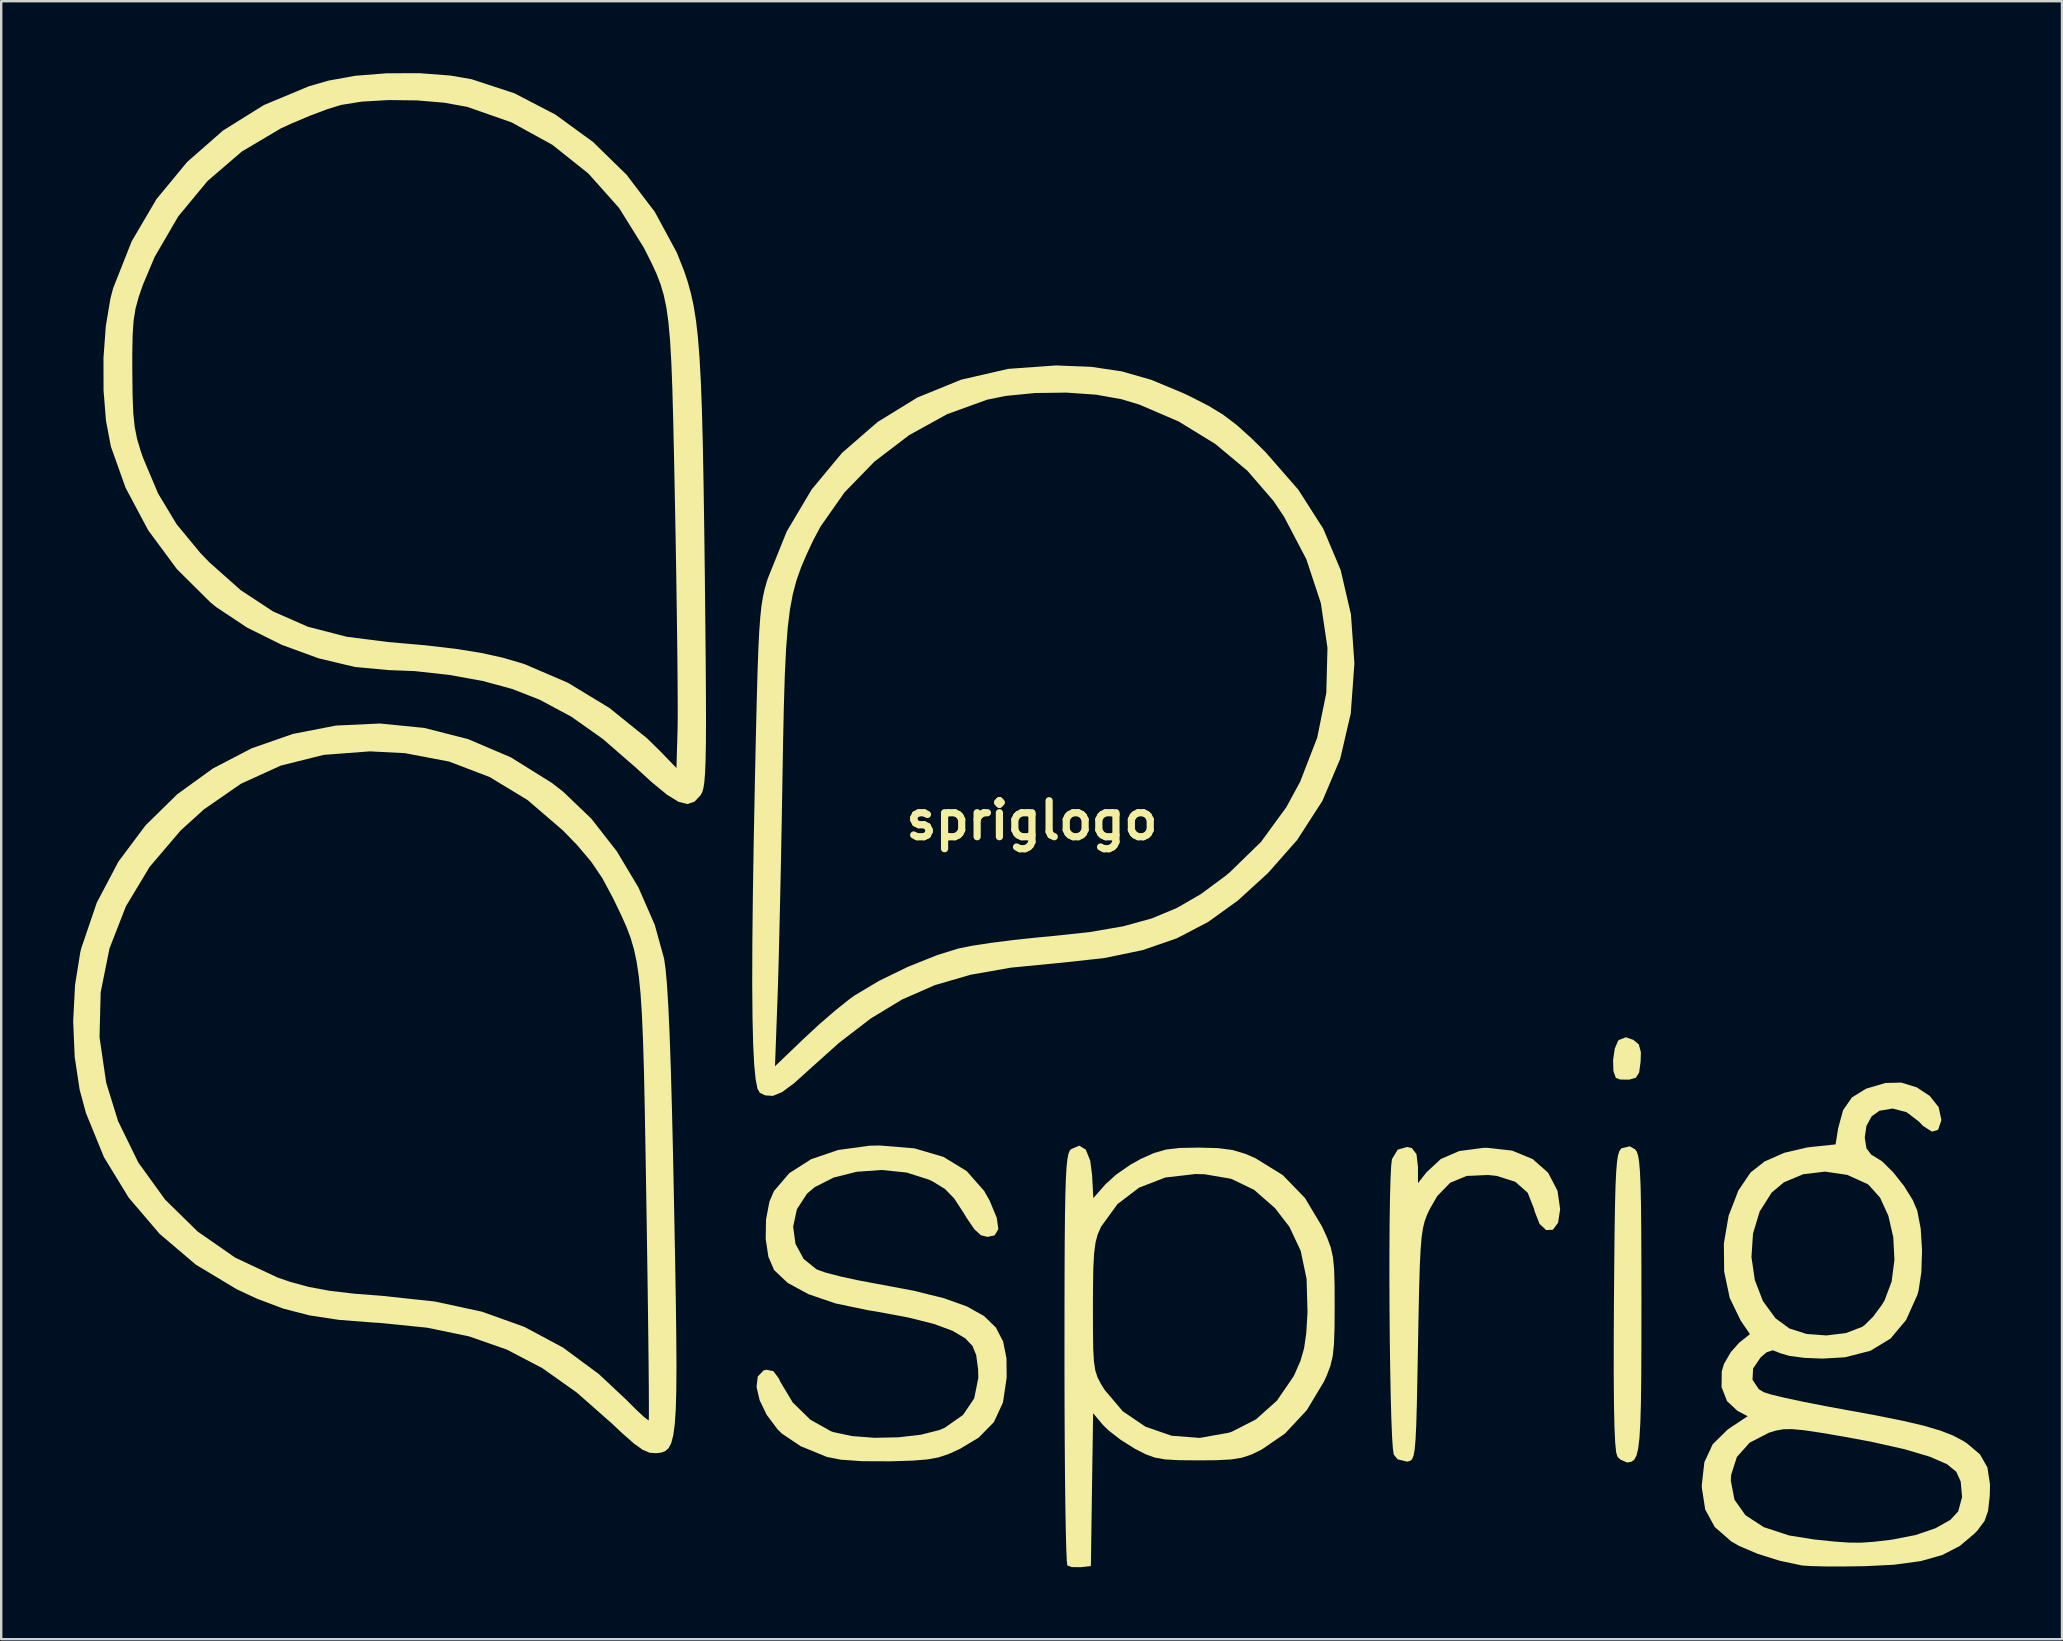
<source format=kicad_pcb>
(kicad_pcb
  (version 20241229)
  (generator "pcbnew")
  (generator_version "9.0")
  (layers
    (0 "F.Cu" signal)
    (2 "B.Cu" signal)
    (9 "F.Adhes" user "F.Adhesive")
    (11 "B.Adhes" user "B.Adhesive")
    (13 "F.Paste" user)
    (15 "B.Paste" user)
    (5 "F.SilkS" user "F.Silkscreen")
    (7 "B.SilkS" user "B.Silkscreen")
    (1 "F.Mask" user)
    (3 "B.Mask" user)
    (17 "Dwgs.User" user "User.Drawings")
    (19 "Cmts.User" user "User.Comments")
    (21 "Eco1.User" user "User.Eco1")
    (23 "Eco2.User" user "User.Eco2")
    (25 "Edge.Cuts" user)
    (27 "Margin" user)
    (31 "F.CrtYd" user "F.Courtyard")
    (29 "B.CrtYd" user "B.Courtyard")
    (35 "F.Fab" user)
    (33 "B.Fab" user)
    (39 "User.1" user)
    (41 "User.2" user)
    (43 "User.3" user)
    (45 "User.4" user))
  (footprint "spriglogo"
    (layer "F.Cu")
    (at 39.959 31.143)
    (property "Reference" "spriglogo" (at 0 0 0) (layer "F.SilkS") (effects (font (size 1.5 1.5) (thickness 0.3))))
    (attr board_only exclude_from_pos_files exclude_from_bom)
    (fp_poly (pts (xy 25.06 9.143) (xy 25.292 9.337) (xy 25.377 9.655) (xy 25.367 10.044) (xy 25.306 10.502) (xy 25.17 10.721) (xy 24.896 10.802) (xy 24.886 10.803) (xy 24.516 10.798) (xy 24.335 10.732) (xy 24.231 10.442) (xy 24.219 9.984) (xy 24.288 9.514) (xy 24.426 9.186) (xy 24.458 9.153) (xy 24.751 9.037)) (stroke (width 0) (type solid)) (fill yes) (layer "F.SilkS"))
    (fp_poly (pts (xy 25.132 13.704) (xy 25.202 13.795) (xy 25.26 13.961) (xy 25.305 14.233) (xy 25.339 14.646) (xy 25.365 15.231) (xy 25.382 16.021) (xy 25.393 17.048) (xy 25.398 18.345) (xy 25.4 19.945) (xy 25.4 20.138) (xy 25.399 21.81) (xy 25.393 23.174) (xy 25.379 24.262) (xy 25.355 25.105) (xy 25.318 25.734) (xy 25.265 26.179) (xy 25.193 26.473) (xy 25.099 26.646) (xy 24.98 26.729) (xy 24.835 26.754) (xy 24.794 26.755) (xy 24.523 26.637) (xy 24.403 26.523) (xy 24.348 26.339) (xy 24.306 25.921) (xy 24.275 25.25) (xy 24.255 24.309) (xy 24.246 23.081) (xy 24.247 21.546) (xy 24.255 20.065) (xy 24.268 18.435) (xy 24.282 17.112) (xy 24.299 16.062) (xy 24.32 15.253) (xy 24.348 14.653) (xy 24.383 14.228) (xy 24.428 13.946) (xy 24.484 13.774) (xy 24.553 13.681) (xy 24.581 13.66) (xy 24.914 13.582)) (stroke (width 0) (type solid)) (fill yes) (layer "F.SilkS"))
    (fp_poly (pts (xy 15.833 13.655) (xy 16.025 13.908) (xy 16.087 14.434) (xy 16.087 15.116) (xy 16.44 14.667) (xy 17.038 14.111) (xy 17.806 13.779) (xy 18.799 13.647) (xy 18.965 13.643) (xy 20.009 13.76) (xy 20.869 14.115) (xy 21.511 14.682) (xy 21.902 15.433) (xy 22.013 16.202) (xy 21.926 16.767) (xy 21.71 17.058) (xy 21.43 17.073) (xy 21.153 16.814) (xy 20.946 16.281) (xy 20.928 16.192) (xy 20.66 15.516) (xy 20.144 15.06) (xy 19.37 14.815) (xy 19.005 14.776) (xy 18.116 14.817) (xy 17.433 15.098) (xy 16.892 15.653) (xy 16.578 16.197) (xy 16.46 16.45) (xy 16.367 16.701) (xy 16.295 16.995) (xy 16.239 17.374) (xy 16.197 17.882) (xy 16.164 18.562) (xy 16.137 19.456) (xy 16.112 20.609) (xy 16.089 21.844) (xy 16.063 23.247) (xy 16.04 24.348) (xy 16.016 25.184) (xy 15.987 25.793) (xy 15.95 26.211) (xy 15.902 26.476) (xy 15.84 26.624) (xy 15.759 26.693) (xy 15.656 26.719) (xy 15.632 26.723) (xy 15.242 26.628) (xy 15.082 26.437) (xy 15.043 26.199) (xy 15.007 25.67) (xy 14.976 24.898) (xy 14.95 23.931) (xy 14.929 22.817) (xy 14.912 21.604) (xy 14.902 20.341) (xy 14.897 19.074) (xy 14.899 17.853) (xy 14.906 16.724) (xy 14.921 15.736) (xy 14.943 14.937) (xy 14.972 14.374) (xy 15.005 14.109) (xy 15.244 13.72) (xy 15.636 13.608)) (stroke (width 0) (type solid)) (fill yes) (layer "F.SilkS"))
    (fp_poly (pts (xy -4.902 13.666) (xy -3.691 14.022) (xy -2.72 14.615) (xy -1.991 15.443) (xy -1.765 15.844) (xy -1.469 16.556) (xy -1.4 17.034) (xy -1.559 17.294) (xy -1.854 17.357) (xy -2.127 17.287) (xy -2.4 17.04) (xy -2.73 16.555) (xy -2.842 16.368) (xy -3.236 15.762) (xy -3.624 15.361) (xy -4.122 15.054) (xy -4.292 14.972) (xy -5.223 14.675) (xy -6.256 14.568) (xy -7.299 14.641) (xy -8.263 14.883) (xy -9.058 15.285) (xy -9.376 15.556) (xy -9.797 16.203) (xy -9.953 16.929) (xy -9.856 17.647) (xy -9.516 18.275) (xy -8.976 18.711) (xy -8.611 18.842) (xy -8 19.002) (xy -7.231 19.169) (xy -6.481 19.309) (xy -4.926 19.601) (xy -3.681 19.909) (xy -2.715 20.253) (xy -1.999 20.654) (xy -1.505 21.134) (xy -1.203 21.713) (xy -1.063 22.413) (xy -1.054 23.217) (xy -1.209 24.259) (xy -1.586 25.075) (xy -2.223 25.724) (xy -2.997 26.188) (xy -3.465 26.402) (xy -3.89 26.545) (xy -4.364 26.632) (xy -4.981 26.681) (xy -5.835 26.708) (xy -5.927 26.71) (xy -7.077 26.705) (xy -7.968 26.642) (xy -8.551 26.526) (xy -9.647 26.077) (xy -10.429 25.549) (xy -10.606 25.374) (xy -11.055 24.773) (xy -11.35 24.164) (xy -11.479 23.609) (xy -11.428 23.175) (xy -11.188 22.924) (xy -11.073 22.894) (xy -10.777 22.951) (xy -10.545 23.266) (xy -10.485 23.4) (xy -9.97 24.259) (xy -9.235 24.976) (xy -8.377 25.456) (xy -8.279 25.491) (xy -7.503 25.658) (xy -6.559 25.73) (xy -5.562 25.709) (xy -4.624 25.6) (xy -3.861 25.407) (xy -3.643 25.315) (xy -2.875 24.779) (xy -2.407 24.087) (xy -2.235 23.23) (xy -2.245 22.873) (xy -2.325 22.279) (xy -2.483 21.895) (xy -2.772 21.594) (xy -2.794 21.576) (xy -3.317 21.267) (xy -4.087 20.984) (xy -5.132 20.721) (xy -6.481 20.469) (xy -6.858 20.408) (xy -8.195 20.127) (xy -9.315 19.744) (xy -10.179 19.275) (xy -10.745 18.741) (xy -10.985 18.186) (xy -11.098 17.442) (xy -11.084 16.634) (xy -10.942 15.888) (xy -10.754 15.448) (xy -10.111 14.698) (xy -9.207 14.121) (xy -8.082 13.735) (xy -6.775 13.557) (xy -6.35 13.547)) (stroke (width 0) (type solid)) (fill yes) (layer "F.SilkS"))
    (fp_poly (pts (xy 2.243 13.719) (xy 2.429 14.181) (xy 2.506 14.788) (xy 2.557 15.741) (xy 3.068 15.159) (xy 3.511 14.758) (xy 4.111 14.343) (xy 4.541 14.104) (xy 5.092 13.859) (xy 5.589 13.716) (xy 6.164 13.65) (xy 6.943 13.635) (xy 7.754 13.657) (xy 8.361 13.736) (xy 8.895 13.896) (xy 9.313 14.077) (xy 10.453 14.782) (xy 11.375 15.733) (xy 12.088 16.922) (xy 12.305 17.397) (xy 12.453 17.796) (xy 12.544 18.204) (xy 12.593 18.705) (xy 12.612 19.382) (xy 12.615 20.235) (xy 12.61 21.164) (xy 12.586 21.835) (xy 12.533 22.331) (xy 12.437 22.734) (xy 12.289 23.125) (xy 12.169 23.388) (xy 11.455 24.576) (xy 10.542 25.555) (xy 9.578 26.217) (xy 9.151 26.425) (xy 8.756 26.558) (xy 8.299 26.632) (xy 7.682 26.664) (xy 6.943 26.67) (xy 6.122 26.663) (xy 5.545 26.63) (xy 5.114 26.553) (xy 4.733 26.414) (xy 4.307 26.195) (xy 4.262 26.17) (xy 3.692 25.81) (xy 3.187 25.419) (xy 2.953 25.188) (xy 2.548 24.706) (xy 2.501 27.889) (xy 2.455 31.073) (xy 2.026 31.123) (xy 1.656 31.118) (xy 1.475 31.052) (xy 1.452 30.864) (xy 1.43 30.37) (xy 1.41 29.602) (xy 1.392 28.594) (xy 1.377 27.377) (xy 1.366 25.985) (xy 1.358 24.449) (xy 1.355 22.803) (xy 1.355 22.429) (xy 1.356 20.495) (xy 1.356 20.28) (xy 2.54 20.28) (xy 2.542 21.29) (xy 2.553 22.024) (xy 2.582 22.547) (xy 2.639 22.921) (xy 2.732 23.21) (xy 2.87 23.477) (xy 3.028 23.732) (xy 3.784 24.625) (xy 4.733 25.268) (xy 5.82 25.644) (xy 6.992 25.734) (xy 8.194 25.52) (xy 8.332 25.475) (xy 9.335 24.963) (xy 10.211 24.179) (xy 10.893 23.184) (xy 10.95 23.073) (xy 11.19 22.523) (xy 11.343 21.991) (xy 11.433 21.36) (xy 11.483 20.511) (xy 11.484 20.495) (xy 11.445 19.106) (xy 11.2 17.94) (xy 10.729 16.936) (xy 10.129 16.158) (xy 9.26 15.397) (xy 8.302 14.935) (xy 7.187 14.745) (xy 6.818 14.736) (xy 5.555 14.882) (xy 4.464 15.304) (xy 3.567 15.987) (xy 2.891 16.916) (xy 2.863 16.969) (xy 2.738 17.256) (xy 2.649 17.59) (xy 2.591 18.033) (xy 2.557 18.648) (xy 2.543 19.495) (xy 2.54 20.28) (xy 1.356 20.28) (xy 1.359 18.872) (xy 1.365 17.532) (xy 1.376 16.448) (xy 1.392 15.592) (xy 1.413 14.936) (xy 1.441 14.453) (xy 1.477 14.115) (xy 1.521 13.894) (xy 1.574 13.763) (xy 1.623 13.704) (xy 1.97 13.554)) (stroke (width 0) (type solid)) (fill yes) (layer "F.SilkS"))
    (fp_poly (pts (xy -25.326 -3.855) (xy -23.498 -3.388) (xy -21.72 -2.63) (xy -20.021 -1.571) (xy -19.535 -1.195) (xy -18.363 -0.071) (xy -17.302 1.287) (xy -16.403 2.791) (xy -15.721 4.351) (xy -15.331 5.763) (xy -15.268 6.21) (xy -15.21 6.873) (xy -15.154 7.771) (xy -15.102 8.921) (xy -15.052 10.341) (xy -15.004 12.048) (xy -14.956 14.062) (xy -14.916 16.044) (xy -14.875 18.162) (xy -14.844 19.966) (xy -14.824 21.482) (xy -14.816 22.736) (xy -14.823 23.752) (xy -14.846 24.556) (xy -14.888 25.173) (xy -14.95 25.628) (xy -15.033 25.948) (xy -15.14 26.156) (xy -15.273 26.279) (xy -15.433 26.341) (xy -15.623 26.368) (xy -15.663 26.372) (xy -15.932 26.354) (xy -16.223 26.231) (xy -16.595 25.964) (xy -17.105 25.514) (xy -17.506 25.135) (xy -18.974 23.842) (xy -20.412 22.824) (xy -21.887 22.053) (xy -23.465 21.501) (xy -25.214 21.14) (xy -27.202 20.94) (xy -27.432 20.927) (xy -28.882 20.815) (xy -30.104 20.63) (xy -31.205 20.345) (xy -32.292 19.935) (xy -33.14 19.541) (xy -34.847 18.514) (xy -36.358 17.229) (xy -37.644 15.723) (xy -38.677 14.033) (xy -39.427 12.195) (xy -39.688 11.227) (xy -39.895 9.866) (xy -39.931 9.034) (xy -38.861 9.034) (xy -38.584 10.929) (xy -38.089 12.529) (xy -37.243 14.26) (xy -36.127 15.804) (xy -34.77 17.134) (xy -33.201 18.225) (xy -31.448 19.047) (xy -30.92 19.229) (xy -30.141 19.442) (xy -29.278 19.602) (xy -28.243 19.724) (xy -27.108 19.811) (xy -24.892 20.049) (xy -22.923 20.474) (xy -21.158 21.106) (xy -19.552 21.965) (xy -18.058 23.068) (xy -16.943 24.111) (xy -16.504 24.548) (xy -16.165 24.864) (xy -15.985 25.003) (xy -15.972 25.004) (xy -15.966 24.83) (xy -15.965 24.349) (xy -15.969 23.591) (xy -15.978 22.588) (xy -15.992 21.371) (xy -16.01 19.97) (xy -16.032 18.418) (xy -16.057 16.744) (xy -16.072 15.821) (xy -16.107 13.725) (xy -16.139 11.936) (xy -16.172 10.423) (xy -16.21 9.153) (xy -16.256 8.096) (xy -16.313 7.22) (xy -16.386 6.493) (xy -16.477 5.884) (xy -16.59 5.361) (xy -16.728 4.893) (xy -16.896 4.448) (xy -17.097 3.995) (xy -17.333 3.501) (xy -17.471 3.219) (xy -17.902 2.413) (xy -18.369 1.721) (xy -18.956 1.028) (xy -19.544 0.421) (xy -21.025 -0.852) (xy -22.597 -1.806) (xy -24.289 -2.453) (xy -26.127 -2.803) (xy -27.589 -2.879) (xy -29.522 -2.732) (xy -31.306 -2.286) (xy -32.962 -1.532) (xy -34.51 -0.462) (xy -35.481 0.419) (xy -36.772 1.934) (xy -37.762 3.58) (xy -38.445 5.332) (xy -38.813 7.159) (xy -38.861 9.034) (xy -39.931 9.034) (xy -39.959 8.361) (xy -39.881 6.855) (xy -39.663 5.495) (xy -39.623 5.329) (xy -38.974 3.425) (xy -38.072 1.714) (xy -36.944 0.206) (xy -35.623 -1.091) (xy -34.139 -2.164) (xy -32.521 -3.006) (xy -30.8 -3.606) (xy -29.007 -3.954) (xy -27.172 -4.04)) (stroke (width 0) (type solid)) (fill yes) (layer "F.SilkS"))
    (fp_poly (pts (xy 2.466 -18.905) (xy 3.748 -18.714) (xy 4.98 -18.36) (xy 6.296 -17.812) (xy 6.599 -17.668) (xy 7.354 -17.282) (xy 7.968 -16.909) (xy 8.537 -16.477) (xy 9.158 -15.917) (xy 9.738 -15.345) (xy 11.1 -13.785) (xy 12.139 -12.159) (xy 12.865 -10.436) (xy 13.294 -8.586) (xy 13.436 -6.579) (xy 13.436 -6.519) (xy 13.287 -4.462) (xy 12.846 -2.567) (xy 12.104 -0.815) (xy 11.051 0.816) (xy 9.828 2.201) (xy 8.582 3.337) (xy 7.343 4.23) (xy 6.045 4.909) (xy 4.624 5.402) (xy 3.014 5.736) (xy 1.149 5.94) (xy 1.044 5.948) (xy -0.892 6.137) (xy -2.567 6.433) (xy -4.05 6.865) (xy -5.411 7.461) (xy -6.718 8.253) (xy -8.04 9.269) (xy -9.262 10.364) (xy -9.922 10.959) (xy -10.415 11.322) (xy -10.797 11.48) (xy -11.121 11.459) (xy -11.345 11.349) (xy -11.439 11.181) (xy -11.516 10.796) (xy -11.57 10.245) (xy -10.71 10.245) (xy -9.461 9.048) (xy -8.825 8.462) (xy -8.171 7.899) (xy -7.604 7.446) (xy -7.396 7.296) (xy -6.376 6.687) (xy -5.175 6.102) (xy -3.95 5.612) (xy -3.071 5.339) (xy -2.519 5.227) (xy -1.719 5.104) (xy -0.761 4.982) (xy 0.266 4.873) (xy 0.747 4.83) (xy 2.407 4.653) (xy 3.798 4.413) (xy 4.989 4.085) (xy 6.046 3.645) (xy 7.038 3.07) (xy 8.033 2.335) (xy 8.239 2.166) (xy 9.544 0.896) (xy 10.601 -0.552) (xy 11.175 -1.609) (xy 11.887 -3.447) (xy 12.267 -5.316) (xy 12.316 -7.194) (xy 12.039 -9.059) (xy 11.435 -10.887) (xy 10.508 -12.655) (xy 10.066 -13.315) (xy 8.98 -14.572) (xy 7.639 -15.692) (xy 6.114 -16.627) (xy 4.477 -17.33) (xy 3.725 -17.557) (xy 2.668 -17.745) (xy 1.422 -17.831) (xy 0.125 -17.813) (xy -1.089 -17.693) (xy -1.863 -17.537) (xy -3.534 -16.933) (xy -5.121 -16.057) (xy -6.567 -14.954) (xy -7.816 -13.669) (xy -8.812 -12.249) (xy -9.117 -11.674) (xy -9.395 -11.082) (xy -9.627 -10.537) (xy -9.816 -10) (xy -9.967 -9.433) (xy -10.086 -8.794) (xy -10.178 -8.046) (xy -10.248 -7.147) (xy -10.301 -6.06) (xy -10.341 -4.744) (xy -10.375 -3.16) (xy -10.4 -1.693) (xy -10.427 -0.113) (xy -10.457 1.488) (xy -10.49 3.045) (xy -10.523 4.498) (xy -10.555 5.784) (xy -10.585 6.84) (xy -10.606 7.451) (xy -10.71 10.245) (xy -11.57 10.245) (xy -11.576 10.181) (xy -11.62 9.323) (xy -11.647 8.208) (xy -11.659 6.822) (xy -11.654 5.152) (xy -11.633 3.185) (xy -11.597 0.907) (xy -11.546 -1.695) (xy -11.544 -1.778) (xy -11.506 -3.531) (xy -11.471 -4.981) (xy -11.438 -6.164) (xy -11.404 -7.115) (xy -11.367 -7.869) (xy -11.324 -8.463) (xy -11.274 -8.931) (xy -11.214 -9.31) (xy -11.142 -9.635) (xy -11.055 -9.941) (xy -11.013 -10.075) (xy -10.221 -12.043) (xy -9.179 -13.798) (xy -7.91 -15.324) (xy -6.435 -16.605) (xy -4.775 -17.626) (xy -2.953 -18.369) (xy -0.989 -18.82) (xy 1.001 -18.963)) (stroke (width 0) (type solid)) (fill yes) (layer "F.SilkS"))
    (fp_poly (pts (xy -24.233 -31.044) (xy -23.368 -30.895) (xy -21.571 -30.306) (xy -19.865 -29.42) (xy -18.293 -28.275) (xy -16.897 -26.911) (xy -15.72 -25.364) (xy -14.805 -23.673) (xy -14.503 -22.914) (xy -14.347 -22.447) (xy -14.214 -21.967) (xy -14.1 -21.443) (xy -14.004 -20.846) (xy -13.923 -20.146) (xy -13.857 -19.312) (xy -13.802 -18.315) (xy -13.756 -17.126) (xy -13.719 -15.713) (xy -13.687 -14.047) (xy -13.658 -12.099) (xy -13.634 -10.16) (xy -13.613 -8.199) (xy -13.597 -6.549) (xy -13.588 -5.181) (xy -13.585 -4.068) (xy -13.59 -3.182) (xy -13.603 -2.495) (xy -13.624 -1.978) (xy -13.654 -1.604) (xy -13.694 -1.345) (xy -13.743 -1.173) (xy -13.804 -1.06) (xy -13.804 -1.058) (xy -14.063 -0.783) (xy -14.359 -0.683) (xy -14.732 -0.776) (xy -15.219 -1.078) (xy -15.859 -1.605) (xy -16.499 -2.191) (xy -17.879 -3.391) (xy -19.196 -4.323) (xy -20.519 -5.032) (xy -21.675 -5.483) (xy -22.891 -5.812) (xy -24.294 -6.066) (xy -25.732 -6.224) (xy -26.801 -6.265) (xy -28.212 -6.394) (xy -29.732 -6.757) (xy -31.265 -7.318) (xy -32.716 -8.039) (xy -33.99 -8.886) (xy -34.243 -9.091) (xy -35.638 -10.476) (xy -36.831 -12.091) (xy -37.775 -13.864) (xy -38.388 -15.584) (xy -38.592 -16.658) (xy -38.694 -17.93) (xy -38.696 -19.283) (xy -38.684 -19.445) (xy -37.496 -19.445) (xy -37.495 -18.711) (xy -37.484 -17.717) (xy -37.454 -16.975) (xy -37.395 -16.397) (xy -37.295 -15.897) (xy -37.143 -15.389) (xy -37.042 -15.099) (xy -36.42 -13.626) (xy -35.65 -12.347) (xy -34.653 -11.139) (xy -34.284 -10.758) (xy -32.975 -9.595) (xy -31.627 -8.709) (xy -30.176 -8.072) (xy -28.555 -7.654) (xy -26.84 -7.436) (xy -25.296 -7.301) (xy -24.027 -7.153) (xy -22.968 -6.984) (xy -22.056 -6.783) (xy -21.226 -6.539) (xy -21.134 -6.508) (xy -19.341 -5.738) (xy -17.611 -4.688) (xy -16.033 -3.415) (xy -15.494 -2.886) (xy -14.817 -2.184) (xy -14.771 -3.759) (xy -14.764 -4.258) (xy -14.765 -5.053) (xy -14.772 -6.101) (xy -14.785 -7.358) (xy -14.804 -8.782) (xy -14.827 -10.329) (xy -14.855 -11.956) (xy -14.877 -13.123) (xy -14.915 -15.041) (xy -14.951 -16.654) (xy -14.988 -17.998) (xy -15.031 -19.108) (xy -15.084 -20.018) (xy -15.151 -20.762) (xy -15.237 -21.376) (xy -15.346 -21.894) (xy -15.481 -22.351) (xy -15.647 -22.781) (xy -15.849 -23.219) (xy -16.09 -23.7) (xy -16.18 -23.876) (xy -17.21 -25.528) (xy -18.489 -26.963) (xy -19.99 -28.158) (xy -21.686 -29.091) (xy -23.537 -29.739) (xy -24.487 -29.912) (xy -25.624 -30.008) (xy -26.817 -30.023) (xy -27.935 -29.957) (xy -28.787 -29.821) (xy -29.353 -29.648) (xy -30.099 -29.368) (xy -30.905 -29.026) (xy -31.312 -28.838) (xy -32.93 -27.878) (xy -34.36 -26.649) (xy -35.579 -25.176) (xy -36.564 -23.485) (xy -37.053 -22.324) (xy -37.237 -21.79) (xy -37.363 -21.321) (xy -37.441 -20.83) (xy -37.482 -20.233) (xy -37.496 -19.445) (xy -38.684 -19.445) (xy -38.6 -20.599) (xy -38.406 -21.758) (xy -38.293 -22.183) (xy -37.521 -24.136) (xy -36.486 -25.897) (xy -35.208 -27.444) (xy -33.709 -28.757) (xy -32.01 -29.815) (xy -30.134 -30.598) (xy -29.33 -30.831) (xy -28.203 -31.035) (xy -26.888 -31.139) (xy -25.52 -31.143)) (stroke (width 0) (type solid)) (fill yes) (layer "F.SilkS"))
    (fp_poly (pts (xy 36.874 11.124) (xy 37.419 11.483) (xy 37.787 11.95) (xy 37.9 12.471) (xy 37.896 12.508) (xy 37.765 12.894) (xy 37.509 12.97) (xy 37.142 12.736) (xy 36.959 12.546) (xy 36.45 12.159) (xy 35.869 12.007) (xy 35.319 12.1) (xy 34.994 12.332) (xy 34.777 12.735) (xy 34.707 13.219) (xy 34.778 13.663) (xy 34.987 13.942) (xy 35.046 13.968) (xy 35.432 14.209) (xy 35.889 14.66) (xy 36.339 15.228) (xy 36.707 15.818) (xy 36.895 16.259) (xy 37.039 17.009) (xy 37.096 17.913) (xy 37.067 18.825) (xy 36.95 19.598) (xy 36.899 19.777) (xy 36.43 20.82) (xy 35.786 21.591) (xy 34.944 22.103) (xy 33.881 22.375) (xy 32.935 22.429) (xy 32.195 22.398) (xy 31.579 22.319) (xy 31.192 22.208) (xy 31.184 22.203) (xy 30.876 22.082) (xy 30.618 22.165) (xy 30.372 22.374) (xy 30.054 22.841) (xy 30.029 23.311) (xy 30.291 23.702) (xy 30.49 23.826) (xy 30.797 23.924) (xy 31.372 24.063) (xy 32.151 24.229) (xy 33.068 24.409) (xy 33.792 24.542) (xy 35.194 24.799) (xy 36.308 25.024) (xy 37.18 25.229) (xy 37.856 25.429) (xy 38.384 25.634) (xy 38.811 25.859) (xy 38.959 25.954) (xy 39.511 26.422) (xy 39.82 26.965) (xy 39.928 27.674) (xy 39.916 28.154) (xy 39.849 28.769) (xy 39.7 29.197) (xy 39.41 29.585) (xy 39.283 29.72) (xy 38.672 30.235) (xy 37.943 30.613) (xy 37.041 30.869) (xy 35.911 31.021) (xy 34.713 31.08) (xy 33.851 31.092) (xy 33.068 31.091) (xy 32.452 31.076) (xy 32.089 31.05) (xy 31.166 30.854) (xy 30.246 30.566) (xy 29.462 30.232) (xy 29.144 30.049) (xy 28.456 29.448) (xy 28.058 28.719) (xy 27.917 27.803) (xy 27.916 27.697) (xy 27.936 27.517) (xy 29.125 27.517) (xy 29.278 28.31) (xy 29.734 28.955) (xy 30.494 29.452) (xy 31.557 29.8) (xy 32.597 29.967) (xy 33.432 30.053) (xy 34.047 30.097) (xy 34.56 30.101) (xy 35.088 30.063) (xy 35.747 29.986) (xy 35.853 29.972) (xy 36.827 29.782) (xy 37.657 29.499) (xy 38.277 29.149) (xy 38.602 28.797) (xy 38.764 28.2) (xy 38.707 27.554) (xy 38.523 27.145) (xy 38.137 26.83) (xy 37.419 26.518) (xy 36.366 26.206) (xy 34.978 25.894) (xy 33.801 25.676) (xy 32.852 25.515) (xy 32.167 25.413) (xy 31.676 25.368) (xy 31.31 25.374) (xy 31 25.43) (xy 30.713 25.518) (xy 29.911 25.933) (xy 29.379 26.528) (xy 29.138 27.277) (xy 29.125 27.517) (xy 27.936 27.517) (xy 28.024 26.745) (xy 28.372 25.997) (xy 28.99 25.389) (xy 29.143 25.284) (xy 29.828 24.83) (xy 29.406 24.609) (xy 28.97 24.205) (xy 28.74 23.618) (xy 28.748 22.956) (xy 28.842 22.649) (xy 29.128 22.155) (xy 29.487 21.754) (xy 29.504 21.74) (xy 29.924 21.41) (xy 29.537 20.845) (xy 29.081 19.904) (xy 28.849 18.803) (xy 28.842 18.197) (xy 29.986 18.197) (xy 30.127 19.159) (xy 30.464 20.034) (xy 30.987 20.748) (xy 31.568 21.174) (xy 32.281 21.402) (xy 33.11 21.464) (xy 33.922 21.365) (xy 34.588 21.111) (xy 34.697 21.038) (xy 35.053 20.686) (xy 35.421 20.19) (xy 35.534 20.002) (xy 35.829 19.216) (xy 35.945 18.309) (xy 35.895 17.366) (xy 35.691 16.475) (xy 35.346 15.721) (xy 34.873 15.191) (xy 34.817 15.152) (xy 33.974 14.771) (xy 33.054 14.637) (xy 32.147 14.743) (xy 31.339 15.081) (xy 30.829 15.508) (xy 30.328 16.299) (xy 30.05 17.219) (xy 29.986 18.197) (xy 28.842 18.197) (xy 28.836 17.63) (xy 29.035 16.474) (xy 29.44 15.424) (xy 29.949 14.672) (xy 30.535 14.212) (xy 31.355 13.851) (xy 32.31 13.629) (xy 32.492 13.607) (xy 33.492 13.502) (xy 33.598 12.835) (xy 33.804 12.078) (xy 34.173 11.544) (xy 34.765 11.179) (xy 35.57 10.941) (xy 36.232 10.926)) (stroke (width 0) (type solid)) (fill yes) (layer "F.SilkS")))
  (gr_rect
    (start -3 -3)
    (end 82.887 65.266)
    (stroke (width 0.1) (type default))
    (fill no)
    (layer "Edge.Cuts")))
</source>
